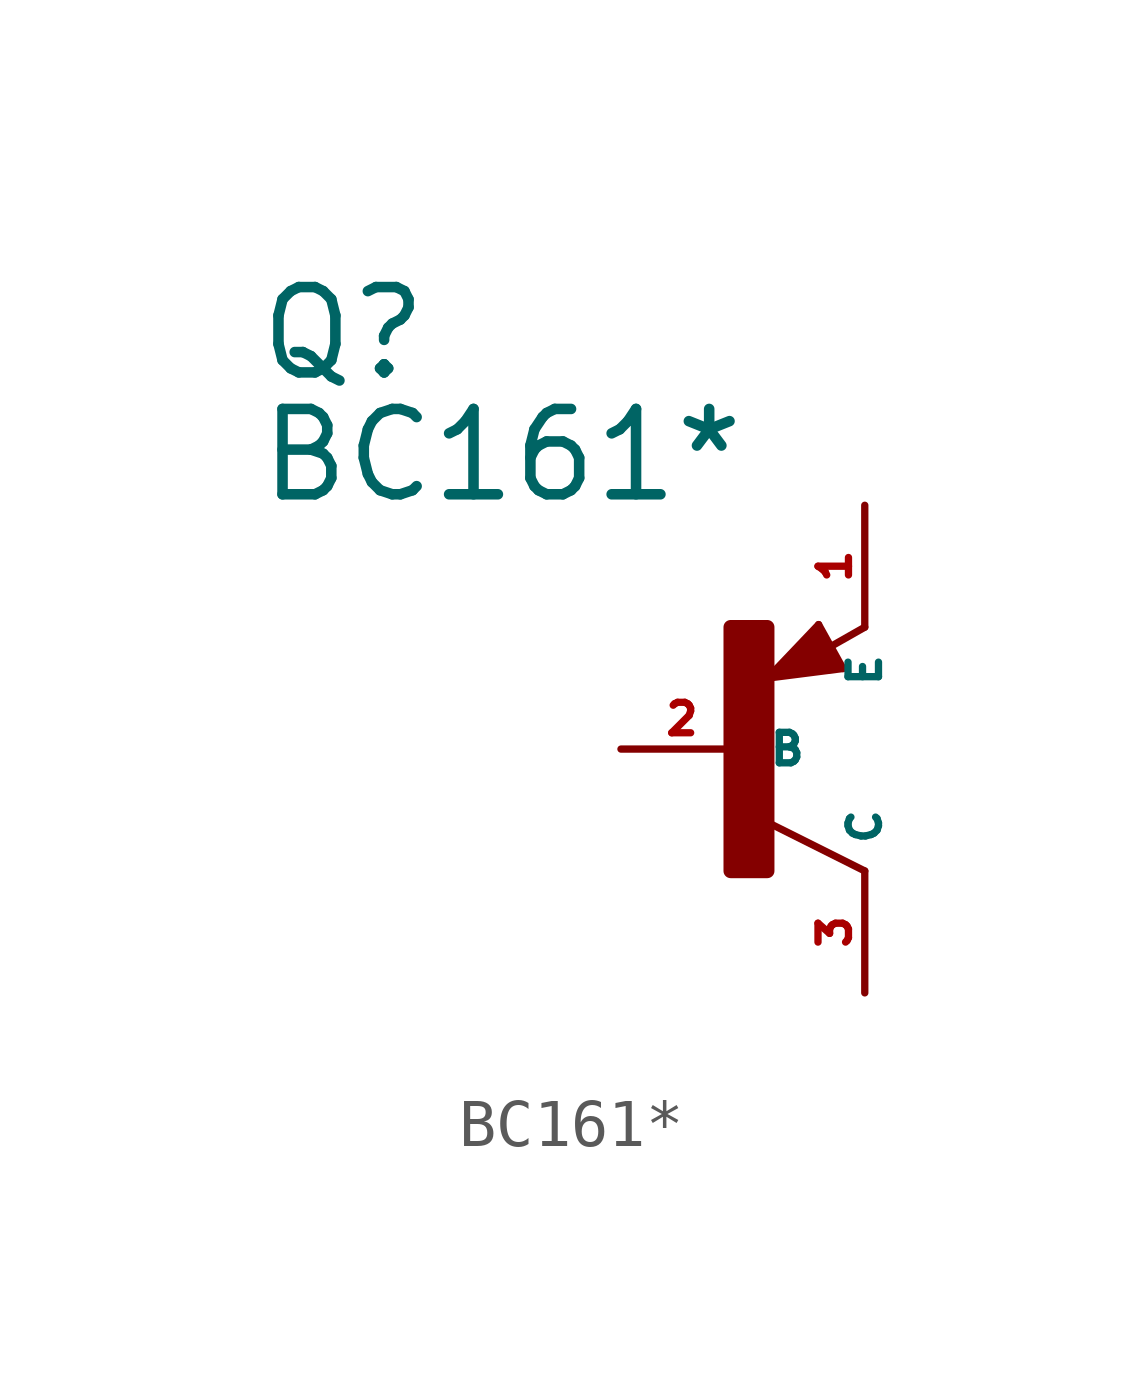
<source format=kicad_sym>
(kicad_symbol_lib
  (version 20220914)
  (generator Eagle2Kicad)
  (symbol "BC161*"
    (property "Reference" "Q"
      (at -10.16 7.62 0)
      (effects (font (size 1.778 1.778) (thickness 0.22)) (justify left bottom)))
    (property "Value" "BC161*"
      (at -10.16 5.08 0)
      (effects (font (size 1.778 1.778) (thickness 0.22)) (justify left bottom)))
    (polyline
      (pts (xy 2.086 1.678) (xy 1.578 2.594))
      (stroke (width 0.152) (type default))
      (fill (type none)))
    (polyline
      (pts (xy 1.578 2.594) (xy 0.516 1.478))
      (stroke (width 0.152) (type default))
      (fill (type none)))
    (polyline
      (pts (xy 0.516 1.478) (xy 2.086 1.678))
      (stroke (width 0.152) (type default))
      (fill (type none)))
    (polyline
      (pts (xy 2.54 2.54) (xy 1.808 2.124))
      (stroke (width 0.152) (type default))
      (fill (type none)))
    (polyline
      (pts (xy 2.54 -2.54) (xy 0.508 -1.524))
      (stroke (width 0.152) (type default))
      (fill (type none)))
    (polyline
      (pts (xy 1.905 1.778) (xy 1.524 2.413))
      (stroke (width 0.254) (type default))
      (fill (type none)))
    (polyline
      (pts (xy 1.524 2.413) (xy 0.762 1.651))
      (stroke (width 0.254) (type default))
      (fill (type none)))
    (polyline
      (pts (xy 0.762 1.651) (xy 1.778 1.778))
      (stroke (width 0.254) (type default))
      (fill (type none)))
    (polyline
      (pts (xy 1.778 1.778) (xy 1.524 2.159))
      (stroke (width 0.254) (type default))
      (fill (type none)))
    (polyline
      (pts (xy 1.524 2.159) (xy 1.143 1.905))
      (stroke (width 0.254) (type default))
      (fill (type none)))
    (polyline
      (pts (xy 1.143 1.905) (xy 1.524 1.905))
      (stroke (width 0.254) (type default))
      (fill (type none)))
    (rectangle
      (start -0.254 -2.54)
      (end 0.508 2.54)
      (stroke (width 0.3) (type default))
      (fill (type outline)))
    (pin passive line
      (at -2.54 0 0)
      (length 2.54)
      (name "B" (effects (font (size 0.635 0.635) (thickness 0.08)) (justify left bottom)))
      (number "2" (effects (font (size 0.635 0.635) (thickness 0.08)) (justify left bottom))))
    (pin passive line
      (at 2.54 5.08 270)
      (length 2.54)
      (name "E" (effects (font (size 0.635 0.635) (thickness 0.08)) (justify left bottom)))
      (number "1" (effects (font (size 0.635 0.635) (thickness 0.08)) (justify left bottom))))
    (pin passive line
      (at 2.54 -5.08 90)
      (length 2.54)
      (name "C" (effects (font (size 0.635 0.635) (thickness 0.08)) (justify left bottom)))
      (number "3" (effects (font (size 0.635 0.635) (thickness 0.08)) (justify left bottom))))))
</source>
